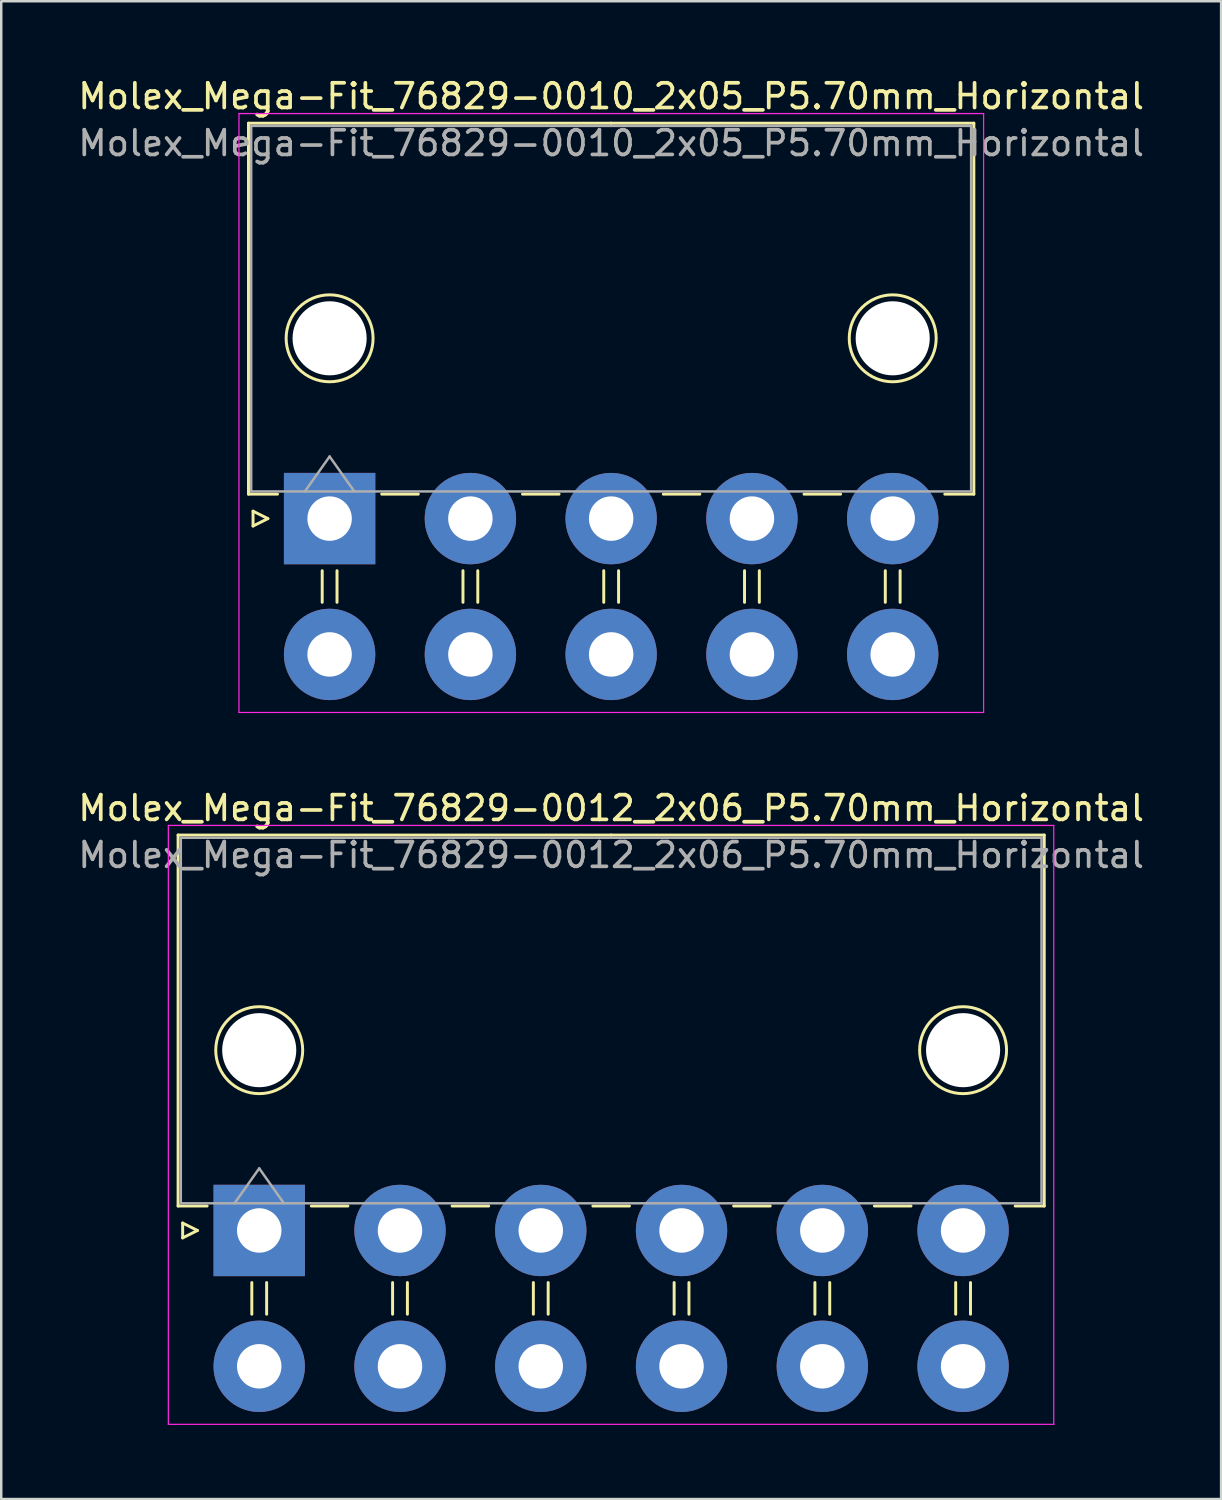
<source format=kicad_pcb>
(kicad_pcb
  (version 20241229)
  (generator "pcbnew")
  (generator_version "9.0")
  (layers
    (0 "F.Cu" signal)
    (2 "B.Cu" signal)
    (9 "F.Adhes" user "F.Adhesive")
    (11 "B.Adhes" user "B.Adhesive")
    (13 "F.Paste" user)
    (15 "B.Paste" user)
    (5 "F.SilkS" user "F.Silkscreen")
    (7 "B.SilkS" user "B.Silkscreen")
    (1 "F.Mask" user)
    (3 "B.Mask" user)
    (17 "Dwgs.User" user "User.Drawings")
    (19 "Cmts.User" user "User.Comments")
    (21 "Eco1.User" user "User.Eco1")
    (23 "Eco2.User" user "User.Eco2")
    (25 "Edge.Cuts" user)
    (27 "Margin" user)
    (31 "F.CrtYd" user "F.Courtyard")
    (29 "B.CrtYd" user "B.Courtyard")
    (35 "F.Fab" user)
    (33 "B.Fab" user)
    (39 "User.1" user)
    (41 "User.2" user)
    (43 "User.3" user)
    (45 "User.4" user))
  (footprint "Molex_Mega-Fit_76829-0012_2x06_P5.70mm_Horizontal"
    (layer "F.Cu")
    (at 7.446 46.772)
    (property "Reference" "Molex_Mega-Fit_76829-0012_2x06_P5.70mm_Horizontal" (at 14.25 -17.1 0) (layer "F.SilkS") (effects (font (size 1 1) (thickness 0.15))))
    (attr through_hole)
    (fp_line (start -3.285 -16.01) (end -3.285 -0.99) (stroke (width 0.12) (type solid)) (layer "F.SilkS"))
    (fp_line (start -3.285 -0.99) (end -2.11 -0.99) (stroke (width 0.12) (type solid)) (layer "F.SilkS"))
    (fp_line (start -3.1 -0.3) (end -2.5 0) (stroke (width 0.12) (type solid)) (layer "F.SilkS"))
    (fp_line (start -3.1 0.3) (end -3.1 -0.3) (stroke (width 0.12) (type solid)) (layer "F.SilkS"))
    (fp_line (start -2.5 0) (end -3.1 0.3) (stroke (width 0.12) (type solid)) (layer "F.SilkS"))
    (fp_line (start -0.3 2.11) (end -0.3 3.39) (stroke (width 0.12) (type solid)) (layer "F.SilkS"))
    (fp_line (start 0.3 2.11) (end 0.3 3.39) (stroke (width 0.12) (type solid)) (layer "F.SilkS"))
    (fp_line (start 2.11 -0.99) (end 3.59 -0.99) (stroke (width 0.12) (type solid)) (layer "F.SilkS"))
    (fp_line (start 5.4 2.11) (end 5.4 3.39) (stroke (width 0.12) (type solid)) (layer "F.SilkS"))
    (fp_line (start 6 2.11) (end 6 3.39) (stroke (width 0.12) (type solid)) (layer "F.SilkS"))
    (fp_line (start 7.81 -0.99) (end 9.29 -0.99) (stroke (width 0.12) (type solid)) (layer "F.SilkS"))
    (fp_line (start 11.1 2.11) (end 11.1 3.39) (stroke (width 0.12) (type solid)) (layer "F.SilkS"))
    (fp_line (start 11.7 2.11) (end 11.7 3.39) (stroke (width 0.12) (type solid)) (layer "F.SilkS"))
    (fp_line (start 13.51 -0.99) (end 14.99 -0.99) (stroke (width 0.12) (type solid)) (layer "F.SilkS"))
    (fp_line (start 14.25 -16.01) (end -3.285 -16.01) (stroke (width 0.12) (type solid)) (layer "F.SilkS"))
    (fp_line (start 14.25 -16.01) (end 31.785 -16.01) (stroke (width 0.12) (type solid)) (layer "F.SilkS"))
    (fp_line (start 16.8 2.11) (end 16.8 3.39) (stroke (width 0.12) (type solid)) (layer "F.SilkS"))
    (fp_line (start 17.4 2.11) (end 17.4 3.39) (stroke (width 0.12) (type solid)) (layer "F.SilkS"))
    (fp_line (start 19.21 -0.99) (end 20.69 -0.99) (stroke (width 0.12) (type solid)) (layer "F.SilkS"))
    (fp_line (start 22.5 2.11) (end 22.5 3.39) (stroke (width 0.12) (type solid)) (layer "F.SilkS"))
    (fp_line (start 23.1 2.11) (end 23.1 3.39) (stroke (width 0.12) (type solid)) (layer "F.SilkS"))
    (fp_line (start 24.91 -0.99) (end 26.39 -0.99) (stroke (width 0.12) (type solid)) (layer "F.SilkS"))
    (fp_line (start 28.2 2.11) (end 28.2 3.39) (stroke (width 0.12) (type solid)) (layer "F.SilkS"))
    (fp_line (start 28.8 2.11) (end 28.8 3.39) (stroke (width 0.12) (type solid)) (layer "F.SilkS"))
    (fp_line (start 31.785 -16.01) (end 31.785 -0.99) (stroke (width 0.12) (type solid)) (layer "F.SilkS"))
    (fp_line (start 31.785 -0.99) (end 30.61 -0.99) (stroke (width 0.12) (type solid)) (layer "F.SilkS"))
    (fp_circle (center 0 -7.3) (end 1.76 -7.3) (stroke (width 0.12) (type solid)) (fill no) (layer "F.SilkS"))
    (fp_circle (center 28.5 -7.3) (end 30.26 -7.3) (stroke (width 0.12) (type solid)) (fill no) (layer "F.SilkS"))
    (fp_line (start -3.68 -16.4) (end -3.68 7.85) (stroke (width 0.05) (type solid)) (layer "F.CrtYd"))
    (fp_line (start -3.68 7.85) (end 32.17 7.85) (stroke (width 0.05) (type solid)) (layer "F.CrtYd"))
    (fp_line (start 32.17 -16.4) (end -3.68 -16.4) (stroke (width 0.05) (type solid)) (layer "F.CrtYd"))
    (fp_line (start 32.17 7.85) (end 32.17 -16.4) (stroke (width 0.05) (type solid)) (layer "F.CrtYd"))
    (fp_line (start -3.175 -15.9) (end -3.175 -1.1) (stroke (width 0.1) (type solid)) (layer "F.Fab"))
    (fp_line (start -3.175 -1.1) (end 31.675 -1.1) (stroke (width 0.1) (type solid)) (layer "F.Fab"))
    (fp_line (start -1 -1.1) (end 0 -2.514) (stroke (width 0.1) (type solid)) (layer "F.Fab"))
    (fp_line (start 0 -2.514) (end 1 -1.1) (stroke (width 0.1) (type solid)) (layer "F.Fab"))
    (fp_line (start 31.675 -15.9) (end -3.175 -15.9) (stroke (width 0.1) (type solid)) (layer "F.Fab"))
    (fp_line (start 31.675 -1.1) (end 31.675 -15.9) (stroke (width 0.1) (type solid)) (layer "F.Fab"))
    (fp_text user "${REFERENCE}" (at 14.25 -15.2 0) (layer "F.Fab") (effects (font (size 1 1) (thickness 0.15))))
    (pad "" np_thru_hole circle (at 0 -7.3) (size 3 3) (drill 3) (layers "*.Cu" "*.Mask"))
    (pad "" np_thru_hole circle (at 28.5 -7.3) (size 3 3) (drill 3) (layers "*.Cu" "*.Mask"))
    (pad "1" thru_hole rect (at 0 0) (size 3.7 3.7) (drill 1.8) (layers "*.Cu" "*.Mask"))
    (pad "2" thru_hole circle (at 5.7 0) (size 3.7 3.7) (drill 1.8) (layers "*.Cu" "*.Mask"))
    (pad "3" thru_hole circle (at 11.4 0) (size 3.7 3.7) (drill 1.8) (layers "*.Cu" "*.Mask"))
    (pad "4" thru_hole circle (at 17.1 0) (size 3.7 3.7) (drill 1.8) (layers "*.Cu" "*.Mask"))
    (pad "5" thru_hole circle (at 22.8 0) (size 3.7 3.7) (drill 1.8) (layers "*.Cu" "*.Mask"))
    (pad "6" thru_hole circle (at 28.5 0) (size 3.7 3.7) (drill 1.8) (layers "*.Cu" "*.Mask"))
    (pad "7" thru_hole circle (at 0 5.5) (size 3.7 3.7) (drill 1.8) (layers "*.Cu" "*.Mask"))
    (pad "8" thru_hole circle (at 5.7 5.5) (size 3.7 3.7) (drill 1.8) (layers "*.Cu" "*.Mask"))
    (pad "9" thru_hole circle (at 11.4 5.5) (size 3.7 3.7) (drill 1.8) (layers "*.Cu" "*.Mask"))
    (pad "10" thru_hole circle (at 17.1 5.5) (size 3.7 3.7) (drill 1.8) (layers "*.Cu" "*.Mask"))
    (pad "11" thru_hole circle (at 22.8 5.5) (size 3.7 3.7) (drill 1.8) (layers "*.Cu" "*.Mask"))
    (pad "12" thru_hole circle (at 28.5 5.5) (size 3.7 3.7) (drill 1.8) (layers "*.Cu" "*.Mask")))
  (footprint "Molex_Mega-Fit_76829-0010_2x05_P5.70mm_Horizontal"
    (layer "F.Cu")
    (at 10.296 17.948)
    (property "Reference" "Molex_Mega-Fit_76829-0010_2x05_P5.70mm_Horizontal" (at 11.4 -17.1 0) (layer "F.SilkS") (effects (font (size 1 1) (thickness 0.15))))
    (attr through_hole)
    (fp_line (start -3.285 -16.01) (end -3.285 -0.99) (stroke (width 0.12) (type solid)) (layer "F.SilkS"))
    (fp_line (start -3.285 -0.99) (end -2.11 -0.99) (stroke (width 0.12) (type solid)) (layer "F.SilkS"))
    (fp_line (start -3.1 -0.3) (end -2.5 0) (stroke (width 0.12) (type solid)) (layer "F.SilkS"))
    (fp_line (start -3.1 0.3) (end -3.1 -0.3) (stroke (width 0.12) (type solid)) (layer "F.SilkS"))
    (fp_line (start -2.5 0) (end -3.1 0.3) (stroke (width 0.12) (type solid)) (layer "F.SilkS"))
    (fp_line (start -0.3 2.11) (end -0.3 3.39) (stroke (width 0.12) (type solid)) (layer "F.SilkS"))
    (fp_line (start 0.3 2.11) (end 0.3 3.39) (stroke (width 0.12) (type solid)) (layer "F.SilkS"))
    (fp_line (start 2.11 -0.99) (end 3.59 -0.99) (stroke (width 0.12) (type solid)) (layer "F.SilkS"))
    (fp_line (start 5.4 2.11) (end 5.4 3.39) (stroke (width 0.12) (type solid)) (layer "F.SilkS"))
    (fp_line (start 6 2.11) (end 6 3.39) (stroke (width 0.12) (type solid)) (layer "F.SilkS"))
    (fp_line (start 7.81 -0.99) (end 9.29 -0.99) (stroke (width 0.12) (type solid)) (layer "F.SilkS"))
    (fp_line (start 11.1 2.11) (end 11.1 3.39) (stroke (width 0.12) (type solid)) (layer "F.SilkS"))
    (fp_line (start 11.4 -16.01) (end -3.285 -16.01) (stroke (width 0.12) (type solid)) (layer "F.SilkS"))
    (fp_line (start 11.4 -16.01) (end 26.085 -16.01) (stroke (width 0.12) (type solid)) (layer "F.SilkS"))
    (fp_line (start 11.7 2.11) (end 11.7 3.39) (stroke (width 0.12) (type solid)) (layer "F.SilkS"))
    (fp_line (start 13.51 -0.99) (end 14.99 -0.99) (stroke (width 0.12) (type solid)) (layer "F.SilkS"))
    (fp_line (start 16.8 2.11) (end 16.8 3.39) (stroke (width 0.12) (type solid)) (layer "F.SilkS"))
    (fp_line (start 17.4 2.11) (end 17.4 3.39) (stroke (width 0.12) (type solid)) (layer "F.SilkS"))
    (fp_line (start 19.21 -0.99) (end 20.69 -0.99) (stroke (width 0.12) (type solid)) (layer "F.SilkS"))
    (fp_line (start 22.5 2.11) (end 22.5 3.39) (stroke (width 0.12) (type solid)) (layer "F.SilkS"))
    (fp_line (start 23.1 2.11) (end 23.1 3.39) (stroke (width 0.12) (type solid)) (layer "F.SilkS"))
    (fp_line (start 26.085 -16.01) (end 26.085 -0.99) (stroke (width 0.12) (type solid)) (layer "F.SilkS"))
    (fp_line (start 26.085 -0.99) (end 24.91 -0.99) (stroke (width 0.12) (type solid)) (layer "F.SilkS"))
    (fp_circle (center 0 -7.3) (end 1.76 -7.3) (stroke (width 0.12) (type solid)) (fill no) (layer "F.SilkS"))
    (fp_circle (center 22.8 -7.3) (end 24.56 -7.3) (stroke (width 0.12) (type solid)) (fill no) (layer "F.SilkS"))
    (fp_line (start -3.67 -16.4) (end -3.67 7.85) (stroke (width 0.05) (type solid)) (layer "F.CrtYd"))
    (fp_line (start -3.67 7.85) (end 26.48 7.85) (stroke (width 0.05) (type solid)) (layer "F.CrtYd"))
    (fp_line (start 26.48 -16.4) (end -3.67 -16.4) (stroke (width 0.05) (type solid)) (layer "F.CrtYd"))
    (fp_line (start 26.48 7.85) (end 26.48 -16.4) (stroke (width 0.05) (type solid)) (layer "F.CrtYd"))
    (fp_line (start -3.175 -15.9) (end -3.175 -1.1) (stroke (width 0.1) (type solid)) (layer "F.Fab"))
    (fp_line (start -3.175 -1.1) (end 25.975 -1.1) (stroke (width 0.1) (type solid)) (layer "F.Fab"))
    (fp_line (start -1 -1.1) (end 0 -2.514) (stroke (width 0.1) (type solid)) (layer "F.Fab"))
    (fp_line (start 0 -2.514) (end 1 -1.1) (stroke (width 0.1) (type solid)) (layer "F.Fab"))
    (fp_line (start 25.975 -15.9) (end -3.175 -15.9) (stroke (width 0.1) (type solid)) (layer "F.Fab"))
    (fp_line (start 25.975 -1.1) (end 25.975 -15.9) (stroke (width 0.1) (type solid)) (layer "F.Fab"))
    (fp_text user "${REFERENCE}" (at 11.4 -15.2 0) (layer "F.Fab") (effects (font (size 1 1) (thickness 0.15))))
    (pad "" np_thru_hole circle (at 0 -7.3) (size 3 3) (drill 3) (layers "*.Cu" "*.Mask"))
    (pad "" np_thru_hole circle (at 22.8 -7.3) (size 3 3) (drill 3) (layers "*.Cu" "*.Mask"))
    (pad "1" thru_hole rect (at 0 0) (size 3.7 3.7) (drill 1.8) (layers "*.Cu" "*.Mask"))
    (pad "2" thru_hole circle (at 5.7 0) (size 3.7 3.7) (drill 1.8) (layers "*.Cu" "*.Mask"))
    (pad "3" thru_hole circle (at 11.4 0) (size 3.7 3.7) (drill 1.8) (layers "*.Cu" "*.Mask"))
    (pad "4" thru_hole circle (at 17.1 0) (size 3.7 3.7) (drill 1.8) (layers "*.Cu" "*.Mask"))
    (pad "5" thru_hole circle (at 22.8 0) (size 3.7 3.7) (drill 1.8) (layers "*.Cu" "*.Mask"))
    (pad "6" thru_hole circle (at 0 5.5) (size 3.7 3.7) (drill 1.8) (layers "*.Cu" "*.Mask"))
    (pad "7" thru_hole circle (at 5.7 5.5) (size 3.7 3.7) (drill 1.8) (layers "*.Cu" "*.Mask"))
    (pad "8" thru_hole circle (at 11.4 5.5) (size 3.7 3.7) (drill 1.8) (layers "*.Cu" "*.Mask"))
    (pad "9" thru_hole circle (at 17.1 5.5) (size 3.7 3.7) (drill 1.8) (layers "*.Cu" "*.Mask"))
    (pad "10" thru_hole circle (at 22.8 5.5) (size 3.7 3.7) (drill 1.8) (layers "*.Cu" "*.Mask")))
  (gr_rect
    (start -3 -3)
    (end 46.393 57.647)
    (stroke (width 0.1) (type default))
    (fill no)
    (layer "Edge.Cuts")))
</source>
